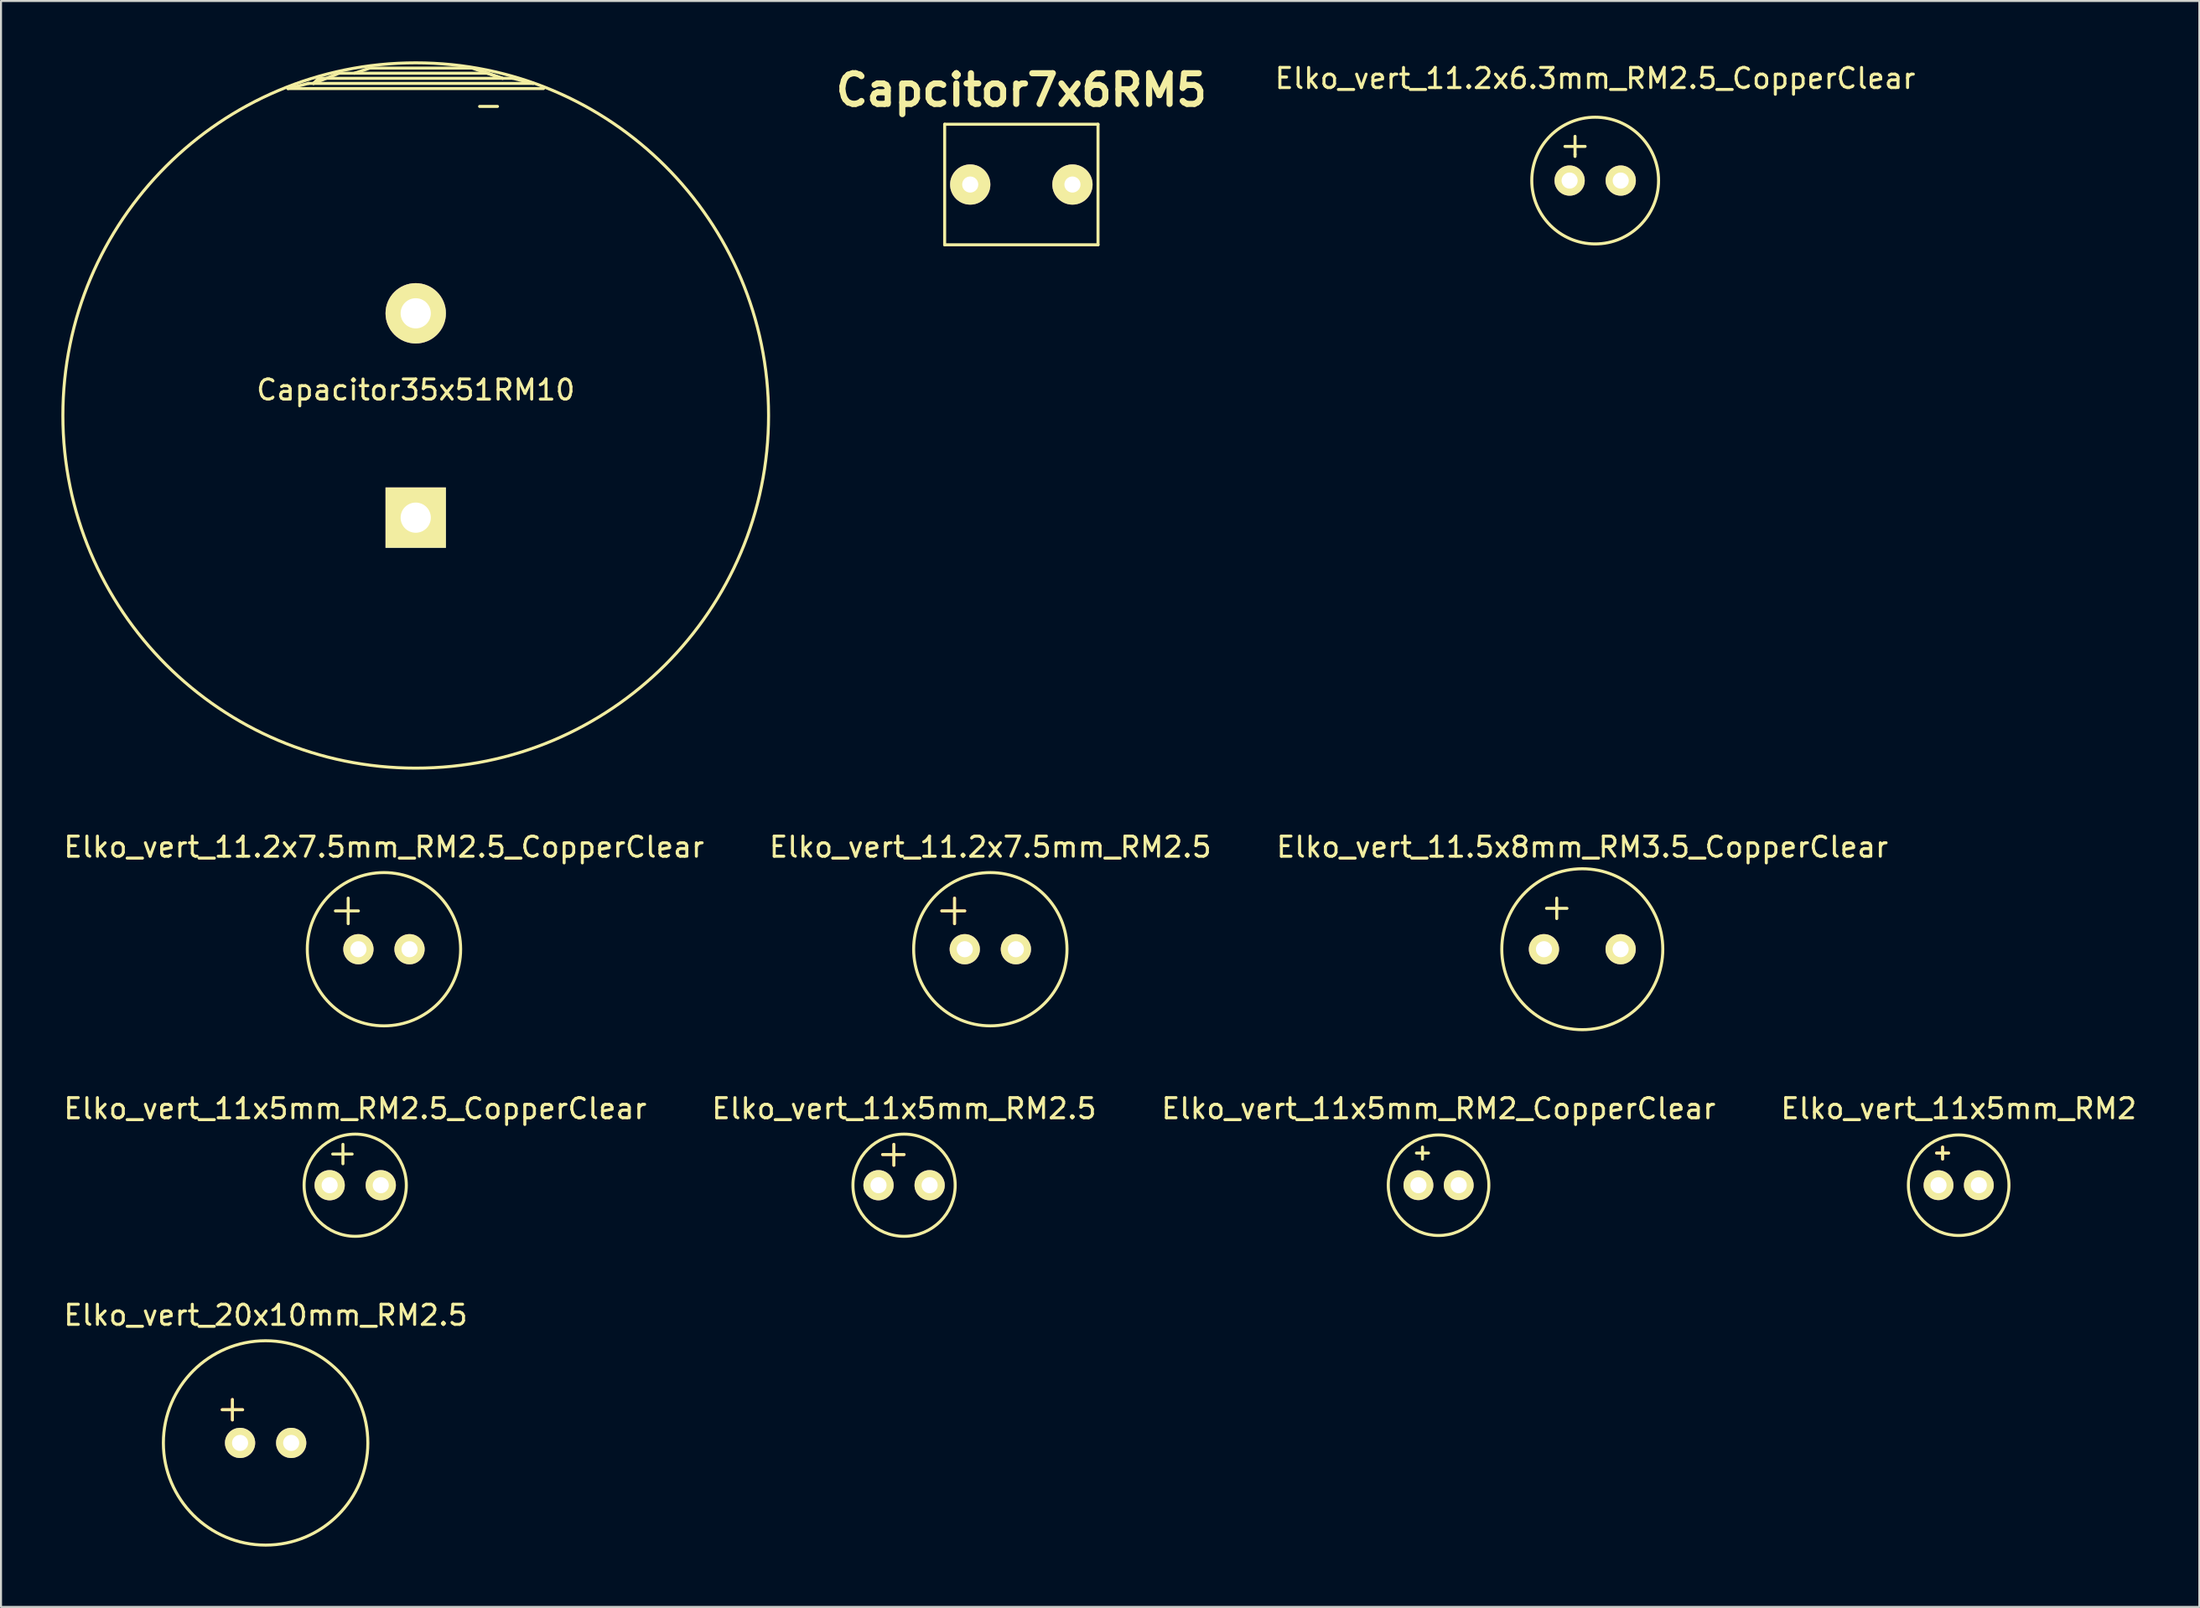
<source format=kicad_pcb>
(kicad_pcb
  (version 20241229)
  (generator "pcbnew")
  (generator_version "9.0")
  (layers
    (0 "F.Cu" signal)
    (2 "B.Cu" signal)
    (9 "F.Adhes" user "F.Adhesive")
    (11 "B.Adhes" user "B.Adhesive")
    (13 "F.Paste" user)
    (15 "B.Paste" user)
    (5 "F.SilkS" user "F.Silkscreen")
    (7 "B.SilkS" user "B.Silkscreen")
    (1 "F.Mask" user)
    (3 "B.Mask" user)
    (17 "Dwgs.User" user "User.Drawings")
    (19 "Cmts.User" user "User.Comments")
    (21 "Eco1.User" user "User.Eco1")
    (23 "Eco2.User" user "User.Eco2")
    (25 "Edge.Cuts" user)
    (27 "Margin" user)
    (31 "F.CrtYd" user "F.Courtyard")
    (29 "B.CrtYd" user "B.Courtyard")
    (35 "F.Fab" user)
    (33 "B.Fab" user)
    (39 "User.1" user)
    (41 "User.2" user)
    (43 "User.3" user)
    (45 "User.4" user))
  (footprint "Elko_vert_11x5mm_RM2"
    (layer "F.Cu")
    (at 93.264 55.879)
    (property "Reference" "Elko_vert_11x5mm_RM2" (at 1.016 -3.81 0) (layer "F.SilkS") (effects (font (size 1 1) (thickness 0.15))))
    (attr through_hole)
    (fp_line (start -0.084 -1.6) (end 0.216 -1.6) (stroke (width 0.15) (type solid)) (layer "F.Cu"))
    (fp_line (start 0.216 -1.6) (end 0.216 -1.9) (stroke (width 0.15) (type solid)) (layer "F.Cu"))
    (fp_line (start 0.216 -1.6) (end 0.216 -1.3) (stroke (width 0.15) (type solid)) (layer "F.Cu"))
    (fp_line (start 0.216 -1.6) (end 0.516 -1.6) (stroke (width 0.15) (type solid)) (layer "F.Cu"))
    (fp_line (start -0.084 -1.6) (end 0.516 -1.6) (stroke (width 0.15) (type solid)) (layer "F.SilkS"))
    (fp_line (start 0.216 -1.9) (end 0.216 -1.3) (stroke (width 0.15) (type solid)) (layer "F.SilkS"))
    (fp_circle (center 1.016 0) (end 3.515 0) (stroke (width 0.15) (type solid)) (fill no) (layer "F.SilkS"))
    (pad "1" thru_hole circle (at 0.015 0) (size 1.481 1.481) (drill 0.8) (layers "*.Cu" "*.Mask" "F.SilkS"))
    (pad "2" thru_hole circle (at 2.017 0) (size 1.481 1.481) (drill 0.8) (layers "*.Cu" "*.Mask" "F.SilkS")))
  (footprint "Elko_vert_11.2x7.5mm_RM2.5"
    (layer "F.Cu")
    (at 44.891 44.145)
    (property "Reference" "Elko_vert_11.2x7.5mm_RM2.5" (at 1.27 -5.08 0) (layer "F.SilkS") (effects (font (size 1 1) (thickness 0.15))))
    (attr through_hole)
    (fp_line (start -1.143 -1.905) (end 0 -1.905) (stroke (width 0.15) (type solid)) (layer "F.Cu"))
    (fp_line (start -0.508 -2.54) (end -0.508 -1.27) (stroke (width 0.15) (type solid)) (layer "F.Cu"))
    (fp_line (start -1.143 -1.905) (end 0 -1.905) (stroke (width 0.15) (type solid)) (layer "F.SilkS"))
    (fp_line (start -0.508 -2.54) (end -0.508 -1.27) (stroke (width 0.15) (type solid)) (layer "F.SilkS"))
    (fp_circle (center 1.27 0) (end 5.08 0) (stroke (width 0.15) (type solid)) (fill no) (layer "F.SilkS"))
    (pad "1" thru_hole circle (at 0 0) (size 1.501 1.501) (drill 0.8) (layers "*.Cu" "*.Mask" "F.SilkS"))
    (pad "2" thru_hole circle (at 2.54 0) (size 1.501 1.501) (drill 0.8) (layers "*.Cu" "*.Mask" "F.SilkS")))
  (footprint "Capcitor7x6RM5"
    (layer "F.Cu")
    (at 47.702 6.125)
    (property "Reference" "Capcitor7x6RM5" (at 0 -4.699 0) (layer "F.SilkS") (effects (font (size 1.524 1.524) (thickness 0.305))))
    (attr through_hole)
    (fp_line (start -3.81 -2.997) (end 3.81 -2.997) (stroke (width 0.15) (type solid)) (layer "F.SilkS"))
    (fp_line (start -3.81 2.997) (end -3.81 -2.997) (stroke (width 0.15) (type solid)) (layer "F.SilkS"))
    (fp_line (start 3.81 -2.997) (end 3.81 2.997) (stroke (width 0.15) (type solid)) (layer "F.SilkS"))
    (fp_line (start 3.81 2.997) (end -3.81 2.997) (stroke (width 0.15) (type solid)) (layer "F.SilkS"))
    (pad "1" thru_hole circle (at -2.54 0) (size 1.999 1.999) (drill 0.8) (layers "*.Cu" "*.Mask" "F.SilkS"))
    (pad "2" thru_hole circle (at 2.54 0) (size 1.999 1.999) (drill 0.8) (layers "*.Cu" "*.Mask" "F.SilkS")))
  (footprint "Elko_vert_11x5mm_RM2_CopperClear"
    (layer "F.Cu")
    (at 67.419 55.879)
    (property "Reference" "Elko_vert_11x5mm_RM2_CopperClear" (at 1.016 -3.81 0) (layer "F.SilkS") (effects (font (size 1 1) (thickness 0.15))))
    (attr through_hole)
    (fp_line (start -0.084 -1.6) (end 0.216 -1.6) (stroke (width 0.15) (type solid)) (layer "F.SilkS"))
    (fp_line (start 0.216 -1.6) (end 0.216 -1.9) (stroke (width 0.15) (type solid)) (layer "F.SilkS"))
    (fp_line (start 0.216 -1.6) (end 0.216 -1.3) (stroke (width 0.15) (type solid)) (layer "F.SilkS"))
    (fp_line (start 0.216 -1.6) (end 0.516 -1.6) (stroke (width 0.15) (type solid)) (layer "F.SilkS"))
    (fp_circle (center 1.016 0) (end 3.515 0) (stroke (width 0.15) (type solid)) (fill no) (layer "F.SilkS"))
    (pad "1" thru_hole circle (at 0.015 0) (size 1.481 1.481) (drill 0.8) (layers "*.Cu" "*.Mask" "F.SilkS"))
    (pad "2" thru_hole circle (at 2.017 0) (size 1.481 1.481) (drill 0.8) (layers "*.Cu" "*.Mask" "F.SilkS")))
  (footprint "Elko_vert_11.2x7.5mm_RM2.5_CopperClear"
    (layer "F.Cu")
    (at 14.76 44.145)
    (property "Reference" "Elko_vert_11.2x7.5mm_RM2.5_CopperClear" (at 1.27 -5.08 0) (layer "F.SilkS") (effects (font (size 1 1) (thickness 0.15))))
    (attr through_hole)
    (fp_line (start -1.143 -1.905) (end 0 -1.905) (stroke (width 0.15) (type solid)) (layer "F.SilkS"))
    (fp_line (start -0.508 -2.54) (end -0.508 -1.27) (stroke (width 0.15) (type solid)) (layer "F.SilkS"))
    (fp_circle (center 1.27 0) (end 5.08 0) (stroke (width 0.15) (type solid)) (fill no) (layer "F.SilkS"))
    (pad "1" thru_hole circle (at 0 0) (size 1.501 1.501) (drill 0.8) (layers "*.Cu" "*.Mask" "F.SilkS"))
    (pad "2" thru_hole circle (at 2.54 0) (size 1.501 1.501) (drill 0.8) (layers "*.Cu" "*.Mask" "F.SilkS")))
  (footprint "Elko_vert_20x10mm_RM2.5"
    (layer "F.Cu")
    (at 8.879 68.692)
    (property "Reference" "Elko_vert_20x10mm_RM2.5" (at 1.27 -6.35 0) (layer "F.SilkS") (effects (font (size 1 1) (thickness 0.15))))
    (attr through_hole)
    (fp_line (start -0.889 -1.651) (end 0.127 -1.651) (stroke (width 0.15) (type solid)) (layer "F.Cu"))
    (fp_line (start -0.381 -2.159) (end -0.381 -1.143) (stroke (width 0.15) (type solid)) (layer "F.Cu"))
    (fp_line (start -0.889 -1.651) (end 0.127 -1.651) (stroke (width 0.15) (type solid)) (layer "F.SilkS"))
    (fp_line (start -0.381 -2.159) (end -0.381 -1.143) (stroke (width 0.15) (type solid)) (layer "F.SilkS"))
    (fp_circle (center 1.27 0) (end 6.35 0) (stroke (width 0.15) (type solid)) (fill no) (layer "F.SilkS"))
    (pad "1" thru_hole circle (at 0 0) (size 1.501 1.501) (drill 0.8) (layers "*.Cu" "*.Mask" "F.SilkS"))
    (pad "2" thru_hole circle (at 2.54 0) (size 1.501 1.501) (drill 0.8) (layers "*.Cu" "*.Mask" "F.SilkS")))
  (footprint "Elko_vert_11.5x8mm_RM3.5_CopperClear"
    (layer "F.Cu")
    (at 73.672 44.145)
    (property "Reference" "Elko_vert_11.5x8mm_RM3.5_CopperClear" (at 1.905 -5.08 0) (layer "F.SilkS") (effects (font (size 1 1) (thickness 0.15))))
    (attr through_hole)
    (fp_line (start 0.127 -2.032) (end 1.143 -2.032) (stroke (width 0.15) (type solid)) (layer "F.SilkS"))
    (fp_line (start 0.635 -2.54) (end 0.635 -1.524) (stroke (width 0.15) (type solid)) (layer "F.SilkS"))
    (fp_circle (center 1.905 0) (end 5.905 0) (stroke (width 0.15) (type solid)) (fill no) (layer "F.SilkS"))
    (pad "1" thru_hole circle (at 0 0) (size 1.501 1.501) (drill 0.8) (layers "*.Cu" "*.Mask" "F.SilkS"))
    (pad "2" thru_hole circle (at 3.81 0) (size 1.501 1.501) (drill 0.8) (layers "*.Cu" "*.Mask" "F.SilkS")))
  (footprint "Capacitor35x51RM10"
    (layer "F.Cu")
    (at 17.608 17.608)
    (property "Reference" "Capacitor35x51RM10" (at 0 -1.27 0) (layer "F.SilkS") (effects (font (size 1 1) (thickness 0.15))))
    (attr through_hole)
    (fp_line (start -6.35 -16.256) (end -5.334 -16.51) (stroke (width 0.15) (type solid)) (layer "F.SilkS"))
    (fp_line (start -5.334 -16.51) (end 5.842 -16.51) (stroke (width 0.15) (type solid)) (layer "F.SilkS"))
    (fp_line (start -5.08 -16.51) (end -3.81 -17.018) (stroke (width 0.15) (type solid)) (layer "F.SilkS"))
    (fp_line (start -4.826 -16.764) (end -5.08 -16.51) (stroke (width 0.15) (type solid)) (layer "F.SilkS"))
    (fp_line (start -3.81 -17.018) (end 3.556 -17.018) (stroke (width 0.15) (type solid)) (layer "F.SilkS"))
    (fp_line (start -2.286 -17.272) (end -3.048 -17.018) (stroke (width 0.15) (type solid)) (layer "F.SilkS"))
    (fp_line (start 2.794 -17.272) (end -2.286 -17.272) (stroke (width 0.15) (type solid)) (layer "F.SilkS"))
    (fp_line (start 3.175 -15.367) (end 4.064 -15.367) (stroke (width 0.15) (type solid)) (layer "F.SilkS"))
    (fp_line (start 3.556 -17.018) (end 4.318 -16.764) (stroke (width 0.15) (type solid)) (layer "F.SilkS"))
    (fp_line (start 4.318 -16.764) (end 2.794 -17.272) (stroke (width 0.15) (type solid)) (layer "F.SilkS"))
    (fp_line (start 4.826 -16.764) (end -4.826 -16.764) (stroke (width 0.15) (type solid)) (layer "F.SilkS"))
    (fp_line (start 5.842 -16.51) (end 4.826 -16.764) (stroke (width 0.15) (type solid)) (layer "F.SilkS"))
    (fp_line (start 6.35 -16.256) (end -6.35 -16.256) (stroke (width 0.15) (type solid)) (layer "F.SilkS"))
    (fp_circle (center 0 0) (end 17.526 0.508) (stroke (width 0.15) (type solid)) (fill no) (layer "F.SilkS"))
    (pad "1" thru_hole rect (at 0 5.08) (size 3 3) (drill 1.501) (layers "*.Cu" "*.Mask" "F.SilkS"))
    (pad "2" thru_hole circle (at 0 -5.08) (size 3 3) (drill 1.501) (layers "*.Cu" "*.Mask" "F.SilkS")))
  (footprint "Elko_vert_11.2x6.3mm_RM2.5_CopperClear"
    (layer "F.Cu")
    (at 74.947 5.928)
    (property "Reference" "Elko_vert_11.2x6.3mm_RM2.5_CopperClear" (at 1.27 -5.08 0) (layer "F.SilkS") (effects (font (size 1 1) (thickness 0.15))))
    (attr through_hole)
    (fp_line (start -0.231 -1.699) (end 0.269 -1.699) (stroke (width 0.15) (type solid)) (layer "F.SilkS"))
    (fp_line (start 0.269 -1.699) (end 0.269 -2.2) (stroke (width 0.15) (type solid)) (layer "F.SilkS"))
    (fp_line (start 0.269 -1.699) (end 0.269 -1.3) (stroke (width 0.15) (type solid)) (layer "F.SilkS"))
    (fp_line (start 0.269 -1.699) (end 0.77 -1.699) (stroke (width 0.15) (type solid)) (layer "F.SilkS"))
    (fp_line (start 0.269 -1.3) (end 0.269 -1.199) (stroke (width 0.15) (type solid)) (layer "F.SilkS"))
    (fp_circle (center 1.27 0) (end 4.42 0) (stroke (width 0.15) (type solid)) (fill no) (layer "F.SilkS"))
    (pad "1" thru_hole circle (at 0 0) (size 1.501 1.501) (drill 0.8) (layers "*.Cu" "*.Mask" "F.SilkS"))
    (pad "2" thru_hole circle (at 2.54 0) (size 1.501 1.501) (drill 0.8) (layers "*.Cu" "*.Mask" "F.SilkS")))
  (footprint "Elko_vert_11x5mm_RM2.5"
    (layer "F.Cu")
    (at 40.605 55.879)
    (property "Reference" "Elko_vert_11x5mm_RM2.5" (at 1.27 -3.81 0) (layer "F.SilkS") (effects (font (size 1 1) (thickness 0.15))))
    (attr through_hole)
    (fp_line (start 0.203 -1.524) (end 1.27 -1.524) (stroke (width 0.15) (type solid)) (layer "F.Cu"))
    (fp_line (start 0.762 -2.032) (end 0.762 -0.991) (stroke (width 0.15) (type solid)) (layer "F.Cu"))
    (fp_line (start 0.762 -2.032) (end 0.762 -0.991) (stroke (width 0.15) (type solid)) (layer "F.SilkS"))
    (fp_line (start 1.27 -1.524) (end 0.203 -1.524) (stroke (width 0.15) (type solid)) (layer "F.SilkS"))
    (fp_circle (center 1.27 0) (end 3.81 0) (stroke (width 0.15) (type solid)) (fill no) (layer "F.SilkS"))
    (pad "1" thru_hole circle (at 0 0) (size 1.501 1.501) (drill 0.8) (layers "*.Cu" "*.Mask" "F.SilkS"))
    (pad "2" thru_hole circle (at 2.54 0) (size 1.501 1.501) (drill 0.8) (layers "*.Cu" "*.Mask" "F.SilkS")))
  (footprint "Elko_vert_11x5mm_RM2.5_CopperClear"
    (layer "F.Cu")
    (at 13.331 55.879)
    (property "Reference" "Elko_vert_11x5mm_RM2.5_CopperClear" (at 1.27 -3.81 0) (layer "F.SilkS") (effects (font (size 1 1) (thickness 0.15))))
    (attr through_hole)
    (fp_line (start 0.152 -1.549) (end 1.118 -1.549) (stroke (width 0.15) (type solid)) (layer "F.SilkS"))
    (fp_line (start 0.66 -2.032) (end 0.66 -1.067) (stroke (width 0.15) (type solid)) (layer "F.SilkS"))
    (fp_circle (center 1.27 0) (end 3.81 0) (stroke (width 0.15) (type solid)) (fill no) (layer "F.SilkS"))
    (pad "1" thru_hole circle (at 0 0) (size 1.501 1.501) (drill 0.8) (layers "*.Cu" "*.Mask" "F.SilkS"))
    (pad "2" thru_hole circle (at 2.54 0) (size 1.501 1.501) (drill 0.8) (layers "*.Cu" "*.Mask" "F.SilkS")))
  (gr_rect
    (start -3 -3)
    (end 106.238 76.847)
    (stroke (width 0.1) (type default))
    (fill no)
    (layer "Edge.Cuts")))
</source>
